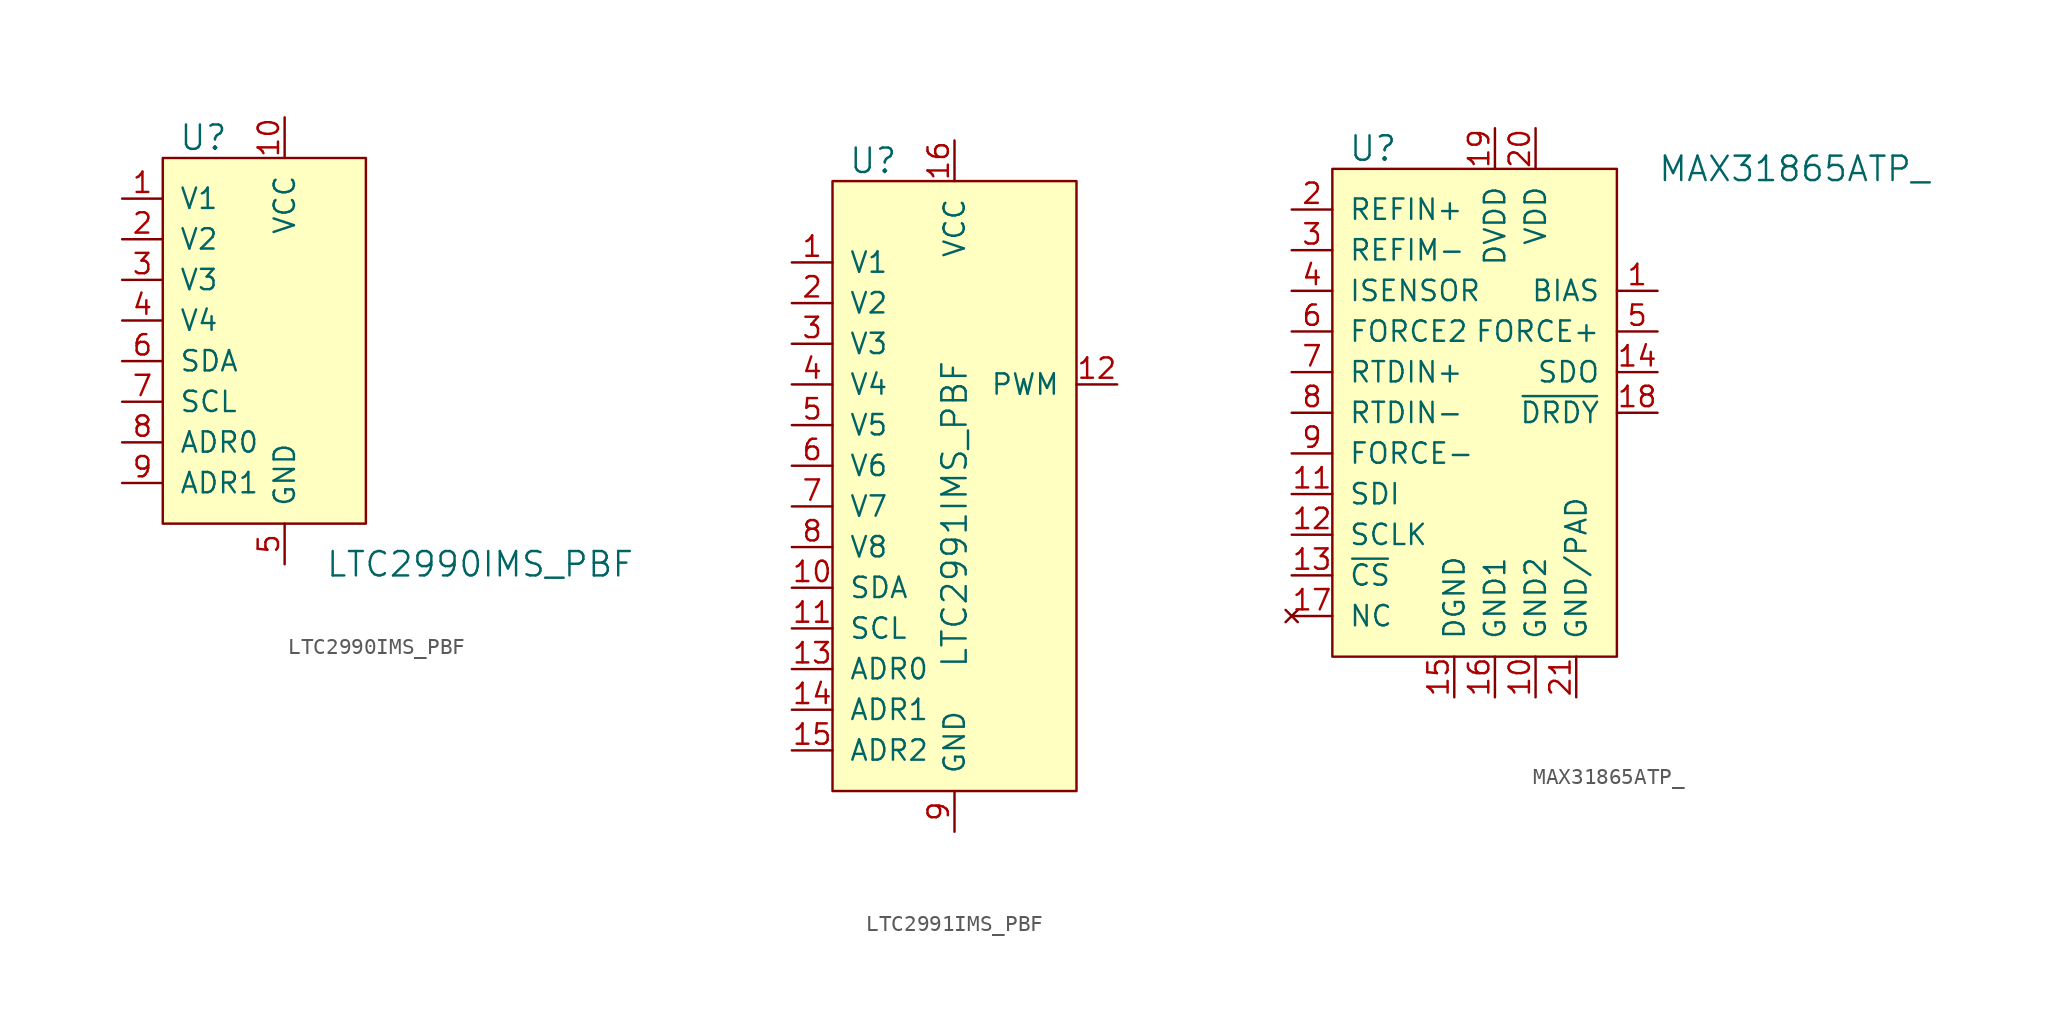
<source format=kicad_sym>
(kicad_symbol_lib
  (version 20231120)
  (generator "kicad_symbol_editor")
  (generator_version "8.0")
  (symbol "LTC2990IMS_PBF"
    (pin_names
      (offset 1.016))
    (property "Reference" "U"
      (at -5.08 6.35 0)
      (effects (font (size 1.524 1.524))))
    (property "Value" "LTC2990IMS_PBF"
      (at 2.54 -20.32 0)
      (effects (font (size 1.524 1.524)) (justify left)))
    (symbol "LTC2990IMS_PBF_0_1"
      (rectangle (start -7.62 5.08) (end 5.08 -17.78) (stroke (width 0) (type solid)) (fill (type background))))
    (symbol "LTC2990IMS_PBF_1_1"
      (pin input line (at -10.16 2.54 0) (length 2.54) (name "V1" (effects (font (size 1.27 1.27)))) (number "1" (effects (font (size 1.27 1.27)))))
      (pin power_in line (at 0 7.62 270) (length 2.54) (name "VCC" (effects (font (size 1.27 1.27)))) (number "10" (effects (font (size 1.27 1.27)))))
      (pin input line (at -10.16 0 0) (length 2.54) (name "V2" (effects (font (size 1.27 1.27)))) (number "2" (effects (font (size 1.27 1.27)))))
      (pin input line (at -10.16 -2.54 0) (length 2.54) (name "V3" (effects (font (size 1.27 1.27)))) (number "3" (effects (font (size 1.27 1.27)))))
      (pin input line (at -10.16 -5.08 0) (length 2.54) (name "V4" (effects (font (size 1.27 1.27)))) (number "4" (effects (font (size 1.27 1.27)))))
      (pin power_in line (at 0 -20.32 90) (length 2.54) (name "GND" (effects (font (size 1.27 1.27)))) (number "5" (effects (font (size 1.27 1.27)))))
      (pin bidirectional line (at -10.16 -7.62 0) (length 2.54) (name "SDA" (effects (font (size 1.27 1.27)))) (number "6" (effects (font (size 1.27 1.27)))))
      (pin input line (at -10.16 -10.16 0) (length 2.54) (name "SCL" (effects (font (size 1.27 1.27)))) (number "7" (effects (font (size 1.27 1.27)))))
      (pin input line (at -10.16 -12.7 0) (length 2.54) (name "ADR0" (effects (font (size 1.27 1.27)))) (number "8" (effects (font (size 1.27 1.27)))))
      (pin input line (at -10.16 -15.24 0) (length 2.54) (name "ADR1" (effects (font (size 1.27 1.27)))) (number "9" (effects (font (size 1.27 1.27)))))))
  (symbol "LTC2991IMS_PBF"
    (pin_names
      (offset 1.016))
    (property "Reference" "U"
      (at -5.08 11.43 0)
      (effects (font (size 1.524 1.524))))
    (property "Value" "LTC2991IMS_PBF"
      (at 0 -20.32 90)
      (effects (font (size 1.524 1.524)) (justify left)))
    (symbol "LTC2991IMS_PBF_0_1"
      (rectangle (start -7.62 10.16) (end 7.62 -27.94) (stroke (width 0) (type solid)) (fill (type background))))
    (symbol "LTC2991IMS_PBF_1_1"
      (pin input line (at -10.16 5.08 0) (length 2.54) (name "V1" (effects (font (size 1.27 1.27)))) (number "1" (effects (font (size 1.27 1.27)))))
      (pin bidirectional line (at -10.16 -15.24 0) (length 2.54) (name "SDA" (effects (font (size 1.27 1.27)))) (number "10" (effects (font (size 1.27 1.27)))))
      (pin input line (at -10.16 -17.78 0) (length 2.54) (name "SCL" (effects (font (size 1.27 1.27)))) (number "11" (effects (font (size 1.27 1.27)))))
      (pin output line (at 10.16 -2.54 180) (length 2.54) (name "PWM" (effects (font (size 1.27 1.27)))) (number "12" (effects (font (size 1.27 1.27)))))
      (pin input line (at -10.16 -20.32 0) (length 2.54) (name "ADR0" (effects (font (size 1.27 1.27)))) (number "13" (effects (font (size 1.27 1.27)))))
      (pin input line (at -10.16 -22.86 0) (length 2.54) (name "ADR1" (effects (font (size 1.27 1.27)))) (number "14" (effects (font (size 1.27 1.27)))))
      (pin input line (at -10.16 -25.4 0) (length 2.54) (name "ADR2" (effects (font (size 1.27 1.27)))) (number "15" (effects (font (size 1.27 1.27)))))
      (pin power_in line (at 0 12.7 270) (length 2.54) (name "VCC" (effects (font (size 1.27 1.27)))) (number "16" (effects (font (size 1.27 1.27)))))
      (pin input line (at -10.16 2.54 0) (length 2.54) (name "V2" (effects (font (size 1.27 1.27)))) (number "2" (effects (font (size 1.27 1.27)))))
      (pin input line (at -10.16 0 0) (length 2.54) (name "V3" (effects (font (size 1.27 1.27)))) (number "3" (effects (font (size 1.27 1.27)))))
      (pin input line (at -10.16 -2.54 0) (length 2.54) (name "V4" (effects (font (size 1.27 1.27)))) (number "4" (effects (font (size 1.27 1.27)))))
      (pin input line (at -10.16 -5.08 0) (length 2.54) (name "V5" (effects (font (size 1.27 1.27)))) (number "5" (effects (font (size 1.27 1.27)))))
      (pin input line (at -10.16 -7.62 0) (length 2.54) (name "V6" (effects (font (size 1.27 1.27)))) (number "6" (effects (font (size 1.27 1.27)))))
      (pin input line (at -10.16 -10.16 0) (length 2.54) (name "V7" (effects (font (size 1.27 1.27)))) (number "7" (effects (font (size 1.27 1.27)))))
      (pin input line (at -10.16 -12.7 0) (length 2.54) (name "V8" (effects (font (size 1.27 1.27)))) (number "8" (effects (font (size 1.27 1.27)))))
      (pin power_in line (at 0 -30.48 90) (length 2.54) (name "GND" (effects (font (size 1.27 1.27)))) (number "9" (effects (font (size 1.27 1.27)))))))
  (symbol "MAX31865ATP_"
    (pin_names
      (offset 1.016))
    (property "Reference" "U"
      (at -7.62 6.35 0)
      (effects (font (size 1.524 1.524))))
    (property "Value" "MAX31865ATP_"
      (at 10.16 5.08 0)
      (effects (font (size 1.524 1.524)) (justify left)))
    (symbol "MAX31865ATP__0_1"
      (rectangle (start -10.16 5.08) (end 7.62 -25.4) (stroke (width 0) (type solid)) (fill (type background))))
    (symbol "MAX31865ATP__1_1"
      (pin output line (at 10.16 -2.54 180) (length 2.54) (name "BIAS" (effects (font (size 1.27 1.27)))) (number "1" (effects (font (size 1.27 1.27)))))
      (pin power_in line (at 2.54 -27.94 90) (length 2.54) (name "GND2" (effects (font (size 1.27 1.27)))) (number "10" (effects (font (size 1.27 1.27)))))
      (pin input line (at -12.7 -15.24 0) (length 2.54) (name "SDI" (effects (font (size 1.27 1.27)))) (number "11" (effects (font (size 1.27 1.27)))))
      (pin input line (at -12.7 -17.78 0) (length 2.54) (name "SCLK" (effects (font (size 1.27 1.27)))) (number "12" (effects (font (size 1.27 1.27)))))
      (pin input line (at -12.7 -20.32 0) (length 2.54) (name "~{CS}" (effects (font (size 1.27 1.27)))) (number "13" (effects (font (size 1.27 1.27)))))
      (pin output line (at 10.16 -7.62 180) (length 2.54) (name "SDO" (effects (font (size 1.27 1.27)))) (number "14" (effects (font (size 1.27 1.27)))))
      (pin power_in line (at -2.54 -27.94 90) (length 2.54) (name "DGND" (effects (font (size 1.27 1.27)))) (number "15" (effects (font (size 1.27 1.27)))))
      (pin power_in line (at 0 -27.94 90) (length 2.54) (name "GND1" (effects (font (size 1.27 1.27)))) (number "16" (effects (font (size 1.27 1.27)))))
      (pin no_connect line (at -12.7 -22.86 0) (length 2.54) (name "NC" (effects (font (size 1.27 1.27)))) (number "17" (effects (font (size 1.27 1.27)))))
      (pin output line (at 10.16 -10.16 180) (length 2.54) (name "~{DRDY}" (effects (font (size 1.27 1.27)))) (number "18" (effects (font (size 1.27 1.27)))))
      (pin power_in line (at 0 7.62 270) (length 2.54) (name "DVDD" (effects (font (size 1.27 1.27)))) (number "19" (effects (font (size 1.27 1.27)))))
      (pin input line (at -12.7 2.54 0) (length 2.54) (name "REFIN+" (effects (font (size 1.27 1.27)))) (number "2" (effects (font (size 1.27 1.27)))))
      (pin power_in line (at 2.54 7.62 270) (length 2.54) (name "VDD" (effects (font (size 1.27 1.27)))) (number "20" (effects (font (size 1.27 1.27)))))
      (pin power_in line (at 5.08 -27.94 90) (length 2.54) (name "GND/PAD" (effects (font (size 1.27 1.27)))) (number "21" (effects (font (size 1.27 1.27)))))
      (pin input line (at -12.7 0 0) (length 2.54) (name "REFIM-" (effects (font (size 1.27 1.27)))) (number "3" (effects (font (size 1.27 1.27)))))
      (pin input line (at -12.7 -2.54 0) (length 2.54) (name "ISENSOR" (effects (font (size 1.27 1.27)))) (number "4" (effects (font (size 1.27 1.27)))))
      (pin output line (at 10.16 -5.08 180) (length 2.54) (name "FORCE+" (effects (font (size 1.27 1.27)))) (number "5" (effects (font (size 1.27 1.27)))))
      (pin input line (at -12.7 -5.08 0) (length 2.54) (name "FORCE2" (effects (font (size 1.27 1.27)))) (number "6" (effects (font (size 1.27 1.27)))))
      (pin input line (at -12.7 -7.62 0) (length 2.54) (name "RTDIN+" (effects (font (size 1.27 1.27)))) (number "7" (effects (font (size 1.27 1.27)))))
      (pin input line (at -12.7 -10.16 0) (length 2.54) (name "RTDIN-" (effects (font (size 1.27 1.27)))) (number "8" (effects (font (size 1.27 1.27)))))
      (pin input line (at -12.7 -12.7 0) (length 2.54) (name "FORCE-" (effects (font (size 1.27 1.27)))) (number "9" (effects (font (size 1.27 1.27))))))))
</source>
